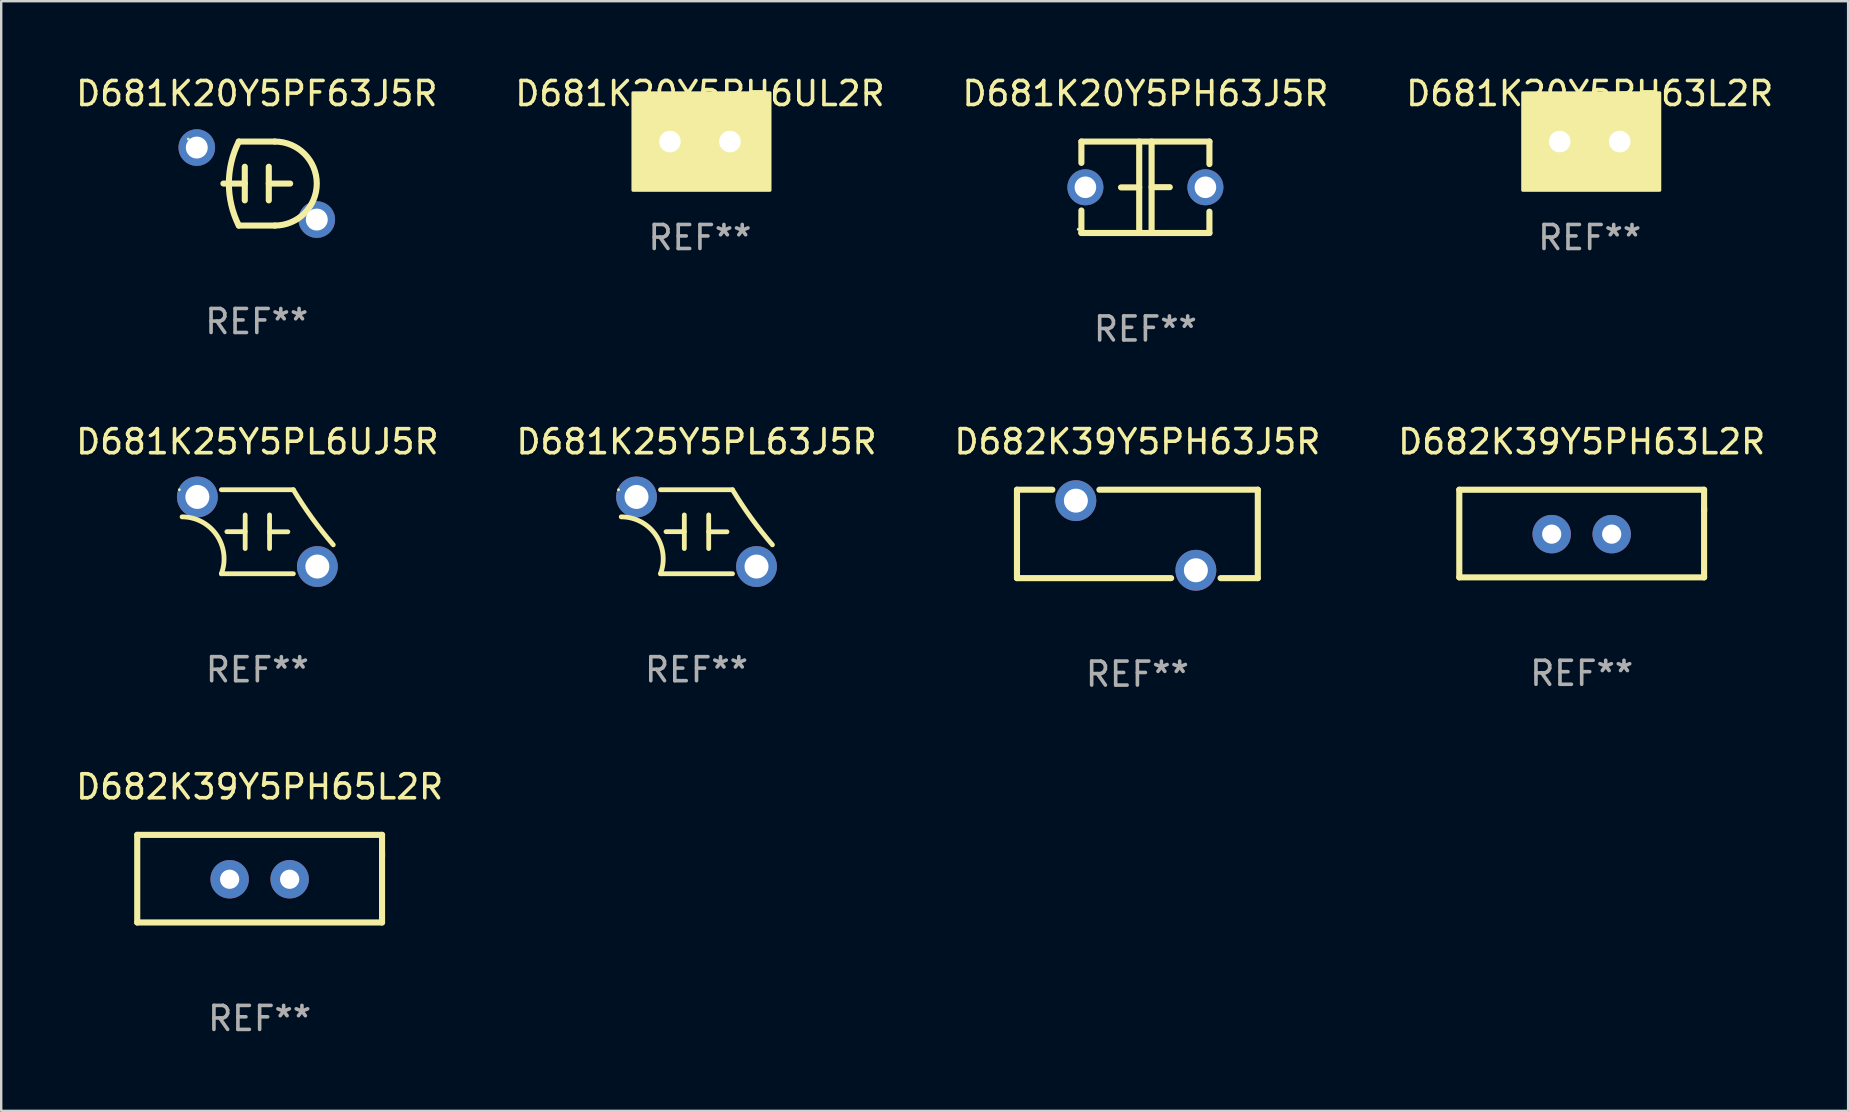
<source format=kicad_pcb>
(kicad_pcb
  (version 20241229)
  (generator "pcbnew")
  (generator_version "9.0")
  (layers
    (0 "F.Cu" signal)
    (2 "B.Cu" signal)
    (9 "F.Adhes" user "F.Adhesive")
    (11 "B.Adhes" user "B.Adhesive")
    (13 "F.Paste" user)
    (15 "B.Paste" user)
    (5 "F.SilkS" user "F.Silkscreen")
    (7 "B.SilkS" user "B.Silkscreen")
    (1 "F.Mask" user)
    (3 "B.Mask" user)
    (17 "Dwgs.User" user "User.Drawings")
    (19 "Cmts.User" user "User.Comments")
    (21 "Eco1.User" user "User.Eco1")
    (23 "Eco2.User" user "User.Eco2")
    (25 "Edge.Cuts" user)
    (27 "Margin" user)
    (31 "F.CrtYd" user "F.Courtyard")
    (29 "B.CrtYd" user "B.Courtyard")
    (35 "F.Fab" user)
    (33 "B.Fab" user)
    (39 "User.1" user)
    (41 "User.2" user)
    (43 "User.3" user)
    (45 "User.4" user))
  (footprint "D682K39Y5PH63J5R"
    (layer "F.Cu")
    (at 44.339 19.196)
    (property "Reference" "D682K39Y5PH63J5R" (at 0 -3.842 0) (layer "F.SilkS") (effects (font (size 1 1) (thickness 0.15))))
    (attr through_hole)
    (fp_line (start -5.017 -1.842) (end -3.544 -1.842) (stroke (width 0.254) (type solid)) (layer "F.SilkS"))
    (fp_line (start -5.017 1.842) (end -5.017 -1.842) (stroke (width 0.254) (type solid)) (layer "F.SilkS"))
    (fp_line (start -1.583 -1.842) (end 5.017 -1.842) (stroke (width 0.254) (type solid)) (layer "F.SilkS"))
    (fp_line (start 1.406 1.842) (end -5.017 1.842) (stroke (width 0.254) (type solid)) (layer "F.SilkS"))
    (fp_line (start 5.017 -1.842) (end 5.017 1.842) (stroke (width 0.254) (type solid)) (layer "F.SilkS"))
    (fp_line (start 5.017 1.842) (end 3.467 1.842) (stroke (width 0.254) (type solid)) (layer "F.SilkS"))
    (fp_circle (center -5.064 -1.687) (end -5.034 -1.687) (stroke (width 0.06) (type solid)) (fill no) (layer "F.SilkS"))
    (fp_text user "REF**" (at 0 5.842 0) (layer "F.Fab") (effects (font (size 1 1) (thickness 0.15))))
    (pad "1" thru_hole circle (at -2.563 -1.387) (size 1.7 1.7) (drill 1) (layers "*.Cu" "*.Mask"))
    (pad "2" thru_hole circle (at 2.437 1.514) (size 1.7 1.7) (drill 1) (layers "*.Cu" "*.Mask")))
  (footprint "D681K20Y5PH6UL2R"
    (layer "F.Cu")
    (at 26.113 2.848)
    (property "Reference" "D681K20Y5PH6UL2R" (at 0 -2 0) (layer "F.SilkS") (effects (font (size 1 1) (thickness 0.15))))
    (attr through_hole)
    (fp_circle (center -2.5 1.75) (end -2.47 1.75) (stroke (width 0.06) (type solid)) (fill no) (layer "F.SilkS"))
    (fp_poly (pts (xy -2.794 -2.032) (xy 2.921 -2.032) (xy 2.921 2.032) (xy -2.794 2.032)) (stroke (width 0.12) (type solid)) (fill yes) (layer "F.SilkS"))
    (fp_text user "REF**" (at 0 4 0) (layer "F.Fab") (effects (font (size 1 1) (thickness 0.15))))
    (pad "1" thru_hole circle (at -1.25 0) (size 1.5 1.5) (drill 0.9) (layers "*.Cu" "*.Mask"))
    (pad "2" thru_hole circle (at 1.25 0) (size 1.5 1.5) (drill 0.9) (layers "*.Cu" "*.Mask")))
  (footprint "D681K20Y5PH63L2R"
    (layer "F.Cu")
    (at 63.185 2.848)
    (property "Reference" "D681K20Y5PH63L2R" (at 0 -2 0) (layer "F.SilkS") (effects (font (size 1 1) (thickness 0.15))))
    (attr through_hole)
    (fp_circle (center -2.5 1.75) (end -2.47 1.75) (stroke (width 0.06) (type solid)) (fill no) (layer "F.SilkS"))
    (fp_poly (pts (xy -2.794 -2.032) (xy 2.921 -2.032) (xy 2.921 2.032) (xy -2.794 2.032)) (stroke (width 0.12) (type solid)) (fill yes) (layer "F.SilkS"))
    (fp_text user "REF**" (at 0 4 0) (layer "F.Fab") (effects (font (size 1 1) (thickness 0.15))))
    (pad "1" thru_hole circle (at -1.25 0) (size 1.5 1.5) (drill 0.9) (layers "*.Cu" "*.Mask"))
    (pad "2" thru_hole circle (at 1.25 0) (size 1.5 1.5) (drill 0.9) (layers "*.Cu" "*.Mask")))
  (footprint "D681K25Y5PL63J5R"
    (layer "F.Cu")
    (at 25.97 19.105)
    (property "Reference" "D681K25Y5PL63J5R" (at 0 -3.75 0) (layer "F.SilkS") (effects (font (size 1 1) (thickness 0.15))))
    (attr through_hole)
    (fp_line (start -1.5 1.75) (end 1.5 1.75) (stroke (width 0.2) (type solid)) (layer "F.SilkS"))
    (fp_line (start -0.508 -0.002) (end -1.27 -0.002) (stroke (width 0.2) (type solid)) (layer "F.SilkS"))
    (fp_line (start -0.508 0.7) (end -0.508 -0.7) (stroke (width 0.2) (type solid)) (layer "F.SilkS"))
    (fp_line (start 0.508 -0.7) (end 0.508 0.7) (stroke (width 0.2) (type solid)) (layer "F.SilkS"))
    (fp_line (start 0.508 0.002) (end 1.27 0.002) (stroke (width 0.2) (type solid)) (layer "F.SilkS"))
    (fp_line (start 1.5 -1.75) (end -1.5 -1.75) (stroke (width 0.2) (type solid)) (layer "F.SilkS"))
    (fp_arc (start -3.136906 -0.620549) (mid -1.697057 0.135649) (end -1.5 1.750013) (stroke (width 0.2) (type solid)) (layer "F.SilkS"))
    (fp_arc (start 3.163322 0.545847) (mid 2.283076 -0.566884) (end 1.5 -1.750013) (stroke (width 0.2) (type solid)) (layer "F.SilkS"))
    (fp_circle (center -3.25 -1.75) (end -3.22 -1.75) (stroke (width 0.06) (type solid)) (fill no) (layer "F.SilkS"))
    (fp_text user "REF**" (at 0 5.75 0) (layer "F.Fab") (effects (font (size 1 1) (thickness 0.15))))
    (pad "1" thru_hole circle (at -2.5 -1.45) (size 1.7 1.7) (drill 1) (layers "*.Cu" "*.Mask"))
    (pad "2" thru_hole circle (at 2.5 1.45) (size 1.7 1.7) (drill 1) (layers "*.Cu" "*.Mask")))
  (footprint "D681K25Y5PL6UJ5R"
    (layer "F.Cu")
    (at 7.673 19.105)
    (property "Reference" "D681K25Y5PL6UJ5R" (at 0 -3.75 0) (layer "F.SilkS") (effects (font (size 1 1) (thickness 0.15))))
    (attr through_hole)
    (fp_line (start -1.5 1.75) (end 1.5 1.75) (stroke (width 0.2) (type solid)) (layer "F.SilkS"))
    (fp_line (start -0.508 -0.002) (end -1.27 -0.002) (stroke (width 0.2) (type solid)) (layer "F.SilkS"))
    (fp_line (start -0.508 0.7) (end -0.508 -0.7) (stroke (width 0.2) (type solid)) (layer "F.SilkS"))
    (fp_line (start 0.508 -0.7) (end 0.508 0.7) (stroke (width 0.2) (type solid)) (layer "F.SilkS"))
    (fp_line (start 0.508 0.002) (end 1.27 0.002) (stroke (width 0.2) (type solid)) (layer "F.SilkS"))
    (fp_line (start 1.5 -1.75) (end -1.5 -1.75) (stroke (width 0.2) (type solid)) (layer "F.SilkS"))
    (fp_arc (start -3.136906 -0.620549) (mid -1.697057 0.135649) (end -1.5 1.750013) (stroke (width 0.2) (type solid)) (layer "F.SilkS"))
    (fp_arc (start 3.163322 0.545847) (mid 2.283076 -0.566884) (end 1.5 -1.750013) (stroke (width 0.2) (type solid)) (layer "F.SilkS"))
    (fp_circle (center -3.25 -1.75) (end -3.22 -1.75) (stroke (width 0.06) (type solid)) (fill no) (layer "F.SilkS"))
    (fp_text user "REF**" (at 0 5.75 0) (layer "F.Fab") (effects (font (size 1 1) (thickness 0.15))))
    (pad "1" thru_hole circle (at -2.5 -1.45) (size 1.7 1.7) (drill 1) (layers "*.Cu" "*.Mask"))
    (pad "2" thru_hole circle (at 2.5 1.45) (size 1.7 1.7) (drill 1) (layers "*.Cu" "*.Mask")))
  (footprint "D682K39Y5PH65L2R"
    (layer "F.Cu")
    (at 7.768 33.559)
    (property "Reference" "D682K39Y5PH65L2R" (at 0 -3.825 0) (layer "F.SilkS") (effects (font (size 1 1) (thickness 0.15))))
    (attr through_hole)
    (fp_line (start -5.1 -1.825) (end 5.1 -1.825) (stroke (width 0.254) (type solid)) (layer "F.SilkS"))
    (fp_line (start -5.1 1.825) (end -5.1 -1.825) (stroke (width 0.254) (type solid)) (layer "F.SilkS"))
    (fp_line (start 5.1 -1.825) (end 5.1 -0.925) (stroke (width 0.254) (type solid)) (layer "F.SilkS"))
    (fp_line (start 5.1 -1.075) (end 5.1 1.825) (stroke (width 0.254) (type solid)) (layer "F.SilkS"))
    (fp_line (start 5.1 1.825) (end -5.1 1.825) (stroke (width 0.254) (type solid)) (layer "F.SilkS"))
    (fp_circle (center -5 1.775) (end -4.97 1.775) (stroke (width 0.06) (type solid)) (fill no) (layer "F.SilkS"))
    (fp_text user "REF**" (at 0 5.825 0) (layer "F.Fab") (effects (font (size 1 1) (thickness 0.15))))
    (pad "1" thru_hole circle (at -1.25 0.025) (size 1.6 1.6) (drill 0.8) (layers "*.Cu" "*.Mask"))
    (pad "2" thru_hole circle (at 1.25 0.025) (size 1.6 1.6) (drill 0.8) (layers "*.Cu" "*.Mask")))
  (footprint "D681K20Y5PH63J5R"
    (layer "F.Cu")
    (at 44.673 4.753)
    (property "Reference" "D681K20Y5PH63J5R" (at 0 -3.905 0) (layer "F.SilkS") (effects (font (size 1 1) (thickness 0.15))))
    (attr through_hole)
    (fp_line (start -2.667 -1.905) (end -2.667 -1.016) (stroke (width 0.254) (type solid)) (layer "F.SilkS"))
    (fp_line (start -2.667 0.967) (end -2.667 1.905) (stroke (width 0.254) (type solid)) (layer "F.SilkS"))
    (fp_line (start -2.667 1.905) (end 2.667 1.905) (stroke (width 0.254) (type solid)) (layer "F.SilkS"))
    (fp_line (start -0.258 0.005) (end -1.016 0.005) (stroke (width 0.254) (type solid)) (layer "F.SilkS"))
    (fp_line (start -0.258 1.905) (end -0.258 -1.905) (stroke (width 0.254) (type solid)) (layer "F.SilkS"))
    (fp_line (start 0.258 -1.905) (end 0.258 1.905) (stroke (width 0.254) (type solid)) (layer "F.SilkS"))
    (fp_line (start 0.258 -0.005) (end 1.016 -0.005) (stroke (width 0.254) (type solid)) (layer "F.SilkS"))
    (fp_line (start 2.667 -1.905) (end -2.667 -1.905) (stroke (width 0.254) (type solid)) (layer "F.SilkS"))
    (fp_line (start 2.667 -0.967) (end 2.667 -1.905) (stroke (width 0.254) (type solid)) (layer "F.SilkS"))
    (fp_line (start 2.667 1.905) (end 2.667 1.016) (stroke (width 0.254) (type solid)) (layer "F.SilkS"))
    (fp_circle (center -2.8 1.75) (end -2.77 1.75) (stroke (width 0.06) (type solid)) (fill no) (layer "F.SilkS"))
    (fp_text user "REF**" (at 0 5.905 0) (layer "F.Fab") (effects (font (size 1 1) (thickness 0.15))))
    (pad "1" thru_hole circle (at -2.5 0) (size 1.5 1.5) (drill 0.9) (layers "*.Cu" "*.Mask"))
    (pad "2" thru_hole circle (at 2.5 0) (size 1.5 1.5) (drill 0.9) (layers "*.Cu" "*.Mask")))
  (footprint "D681K20Y5PF63J5R"
    (layer "F.Cu")
    (at 7.649 4.598)
    (property "Reference" "D681K20Y5PF63J5R" (at 0 -3.75 0) (layer "F.SilkS") (effects (font (size 1 1) (thickness 0.15))))
    (attr through_hole)
    (fp_line (start -0.75 -1.75) (end 0.75 -1.75) (stroke (width 0.254) (type solid)) (layer "F.SilkS"))
    (fp_line (start -0.5 -0.7) (end -0.5 0.7) (stroke (width 0.254) (type solid)) (layer "F.SilkS"))
    (fp_line (start -0.5 0.000305) (end -1.39 0.000305) (stroke (width 0.254) (type solid)) (layer "F.SilkS"))
    (fp_line (start 0.5 -0.000356) (end 1.39 -0.000356) (stroke (width 0.254) (type solid)) (layer "F.SilkS"))
    (fp_line (start 0.5 0.7) (end 0.5 -0.7) (stroke (width 0.254) (type solid)) (layer "F.SilkS"))
    (fp_line (start 0.75 1.75) (end -0.75 1.75) (stroke (width 0.254) (type solid)) (layer "F.SilkS"))
    (fp_arc (start -0.749429 1.750063) (mid -1.1628 0.000109) (end -0.75014 -1.750013) (stroke (width 0.254001) (type solid)) (layer "F.SilkS"))
    (fp_arc (start 0.749173 -1.750063) (mid 2.499212 -0.000381) (end 0.749886 1.750013) (stroke (width 0.254001) (type solid)) (layer "F.SilkS"))
    (fp_circle (center -2.855 -1.855) (end -2.825 -1.855) (stroke (width 0.06) (type solid)) (fill no) (layer "F.SilkS"))
    (fp_text user "REF**" (at 0 5.75 0) (layer "F.Fab") (effects (font (size 1 1) (thickness 0.15))))
    (pad "1" thru_hole circle (at -2.5 -1.5) (size 1.524 1.524) (drill 0.914) (layers "*.Cu" "*.Mask"))
    (pad "2" thru_hole circle (at 2.5 1.5) (size 1.524 1.524) (drill 0.914) (layers "*.Cu" "*.Mask")))
  (footprint "D682K39Y5PH63L2R"
    (layer "F.Cu")
    (at 62.851 19.18)
    (property "Reference" "D682K39Y5PH63L2R" (at 0 -3.825 0) (layer "F.SilkS") (effects (font (size 1 1) (thickness 0.15))))
    (attr through_hole)
    (fp_line (start -5.1 -1.825) (end 5.1 -1.825) (stroke (width 0.254) (type solid)) (layer "F.SilkS"))
    (fp_line (start -5.1 1.825) (end -5.1 -1.825) (stroke (width 0.254) (type solid)) (layer "F.SilkS"))
    (fp_line (start 5.1 -1.825) (end 5.1 -0.925) (stroke (width 0.254) (type solid)) (layer "F.SilkS"))
    (fp_line (start 5.1 -1.075) (end 5.1 1.825) (stroke (width 0.254) (type solid)) (layer "F.SilkS"))
    (fp_line (start 5.1 1.825) (end -5.1 1.825) (stroke (width 0.254) (type solid)) (layer "F.SilkS"))
    (fp_circle (center -5 1.775) (end -4.97 1.775) (stroke (width 0.06) (type solid)) (fill no) (layer "F.SilkS"))
    (fp_text user "REF**" (at 0 5.825 0) (layer "F.Fab") (effects (font (size 1 1) (thickness 0.15))))
    (pad "1" thru_hole circle (at -1.25 0.025) (size 1.6 1.6) (drill 0.8) (layers "*.Cu" "*.Mask"))
    (pad "2" thru_hole circle (at 1.25 0.025) (size 1.6 1.6) (drill 0.8) (layers "*.Cu" "*.Mask")))
  (gr_rect
    (start -3 -3)
    (end 73.952 43.233)
    (stroke (width 0.1) (type default))
    (fill no)
    (layer "Edge.Cuts")))
</source>
